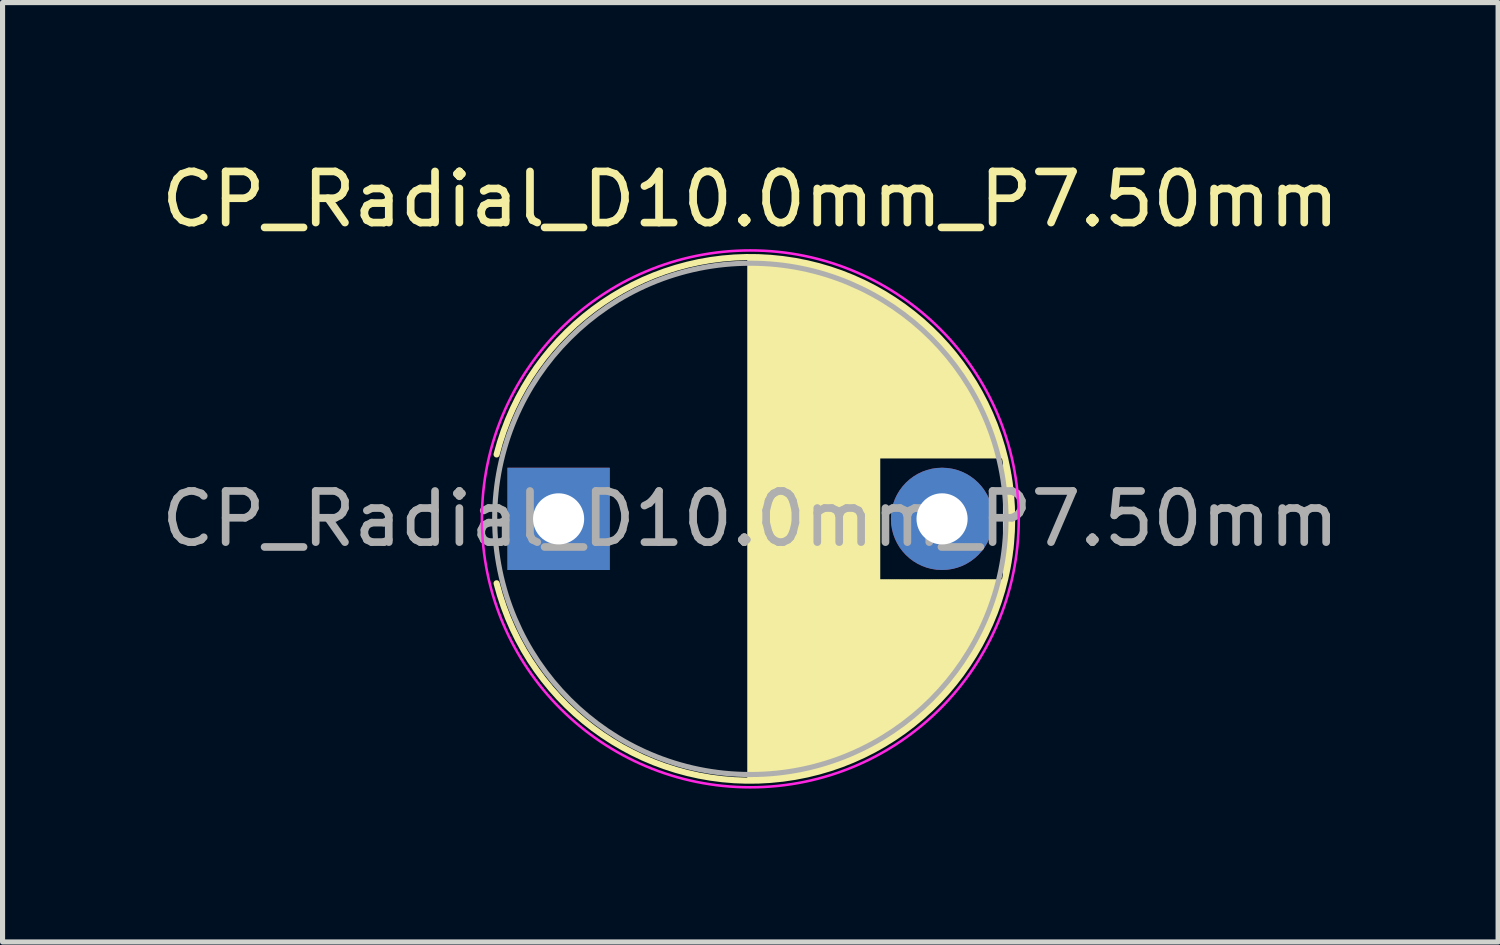
<source format=kicad_pcb>
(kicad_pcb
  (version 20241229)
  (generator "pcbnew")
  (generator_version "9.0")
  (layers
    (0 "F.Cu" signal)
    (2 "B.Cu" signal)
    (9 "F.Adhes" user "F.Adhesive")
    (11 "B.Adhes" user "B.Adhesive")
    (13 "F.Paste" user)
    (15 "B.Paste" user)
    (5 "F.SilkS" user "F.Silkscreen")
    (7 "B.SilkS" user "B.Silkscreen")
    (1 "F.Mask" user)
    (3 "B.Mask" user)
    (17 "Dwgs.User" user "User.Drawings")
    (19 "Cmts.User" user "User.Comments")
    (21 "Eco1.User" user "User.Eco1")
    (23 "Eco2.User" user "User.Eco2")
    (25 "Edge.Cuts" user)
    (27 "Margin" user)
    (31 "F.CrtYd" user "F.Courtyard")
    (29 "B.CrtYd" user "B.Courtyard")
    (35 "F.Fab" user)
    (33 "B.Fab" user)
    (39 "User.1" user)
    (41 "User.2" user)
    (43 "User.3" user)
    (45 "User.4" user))
  (footprint "CP_Radial_D10.0mm_P7.50mm"
    (layer "F.Cu")
    (at 7.875 7.098)
    (property "Reference" "CP_Radial_D10.0mm_P7.50mm" (at 3.75 -6.25 0) (layer "F.SilkS") (effects (font (size 1 1) (thickness 0.15))))
    (attr through_hole)
    (fp_line (start 3.75 -5.08) (end 3.75 5.08) (stroke (width 0.12) (type solid)) (layer "F.SilkS"))
    (fp_line (start 3.79 -5.08) (end 3.79 5.08) (stroke (width 0.12) (type solid)) (layer "F.SilkS"))
    (fp_line (start 3.83 -5.08) (end 3.83 5.08) (stroke (width 0.12) (type solid)) (layer "F.SilkS"))
    (fp_line (start 3.87 -5.079) (end 3.87 5.079) (stroke (width 0.12) (type solid)) (layer "F.SilkS"))
    (fp_line (start 3.91 -5.078) (end 3.91 5.078) (stroke (width 0.12) (type solid)) (layer "F.SilkS"))
    (fp_line (start 3.95 -5.077) (end 3.95 5.077) (stroke (width 0.12) (type solid)) (layer "F.SilkS"))
    (fp_line (start 3.99 -5.075) (end 3.99 5.075) (stroke (width 0.12) (type solid)) (layer "F.SilkS"))
    (fp_line (start 4.03 -5.073) (end 4.03 5.073) (stroke (width 0.12) (type solid)) (layer "F.SilkS"))
    (fp_line (start 4.07 -5.07) (end 4.07 5.07) (stroke (width 0.12) (type solid)) (layer "F.SilkS"))
    (fp_line (start 4.11 -5.068) (end 4.11 5.068) (stroke (width 0.12) (type solid)) (layer "F.SilkS"))
    (fp_line (start 4.15 -5.065) (end 4.15 5.065) (stroke (width 0.12) (type solid)) (layer "F.SilkS"))
    (fp_line (start 4.19 -5.062) (end 4.19 5.062) (stroke (width 0.12) (type solid)) (layer "F.SilkS"))
    (fp_line (start 4.23 -5.058) (end 4.23 5.058) (stroke (width 0.12) (type solid)) (layer "F.SilkS"))
    (fp_line (start 4.27 -5.054) (end 4.27 5.054) (stroke (width 0.12) (type solid)) (layer "F.SilkS"))
    (fp_line (start 4.31 -5.05) (end 4.31 5.05) (stroke (width 0.12) (type solid)) (layer "F.SilkS"))
    (fp_line (start 4.35 -5.045) (end 4.35 5.045) (stroke (width 0.12) (type solid)) (layer "F.SilkS"))
    (fp_line (start 4.39 -5.04) (end 4.39 5.04) (stroke (width 0.12) (type solid)) (layer "F.SilkS"))
    (fp_line (start 4.43 -5.035) (end 4.43 5.035) (stroke (width 0.12) (type solid)) (layer "F.SilkS"))
    (fp_line (start 4.471 -5.03) (end 4.471 5.03) (stroke (width 0.12) (type solid)) (layer "F.SilkS"))
    (fp_line (start 4.511 -5.024) (end 4.511 5.024) (stroke (width 0.12) (type solid)) (layer "F.SilkS"))
    (fp_line (start 4.551 -5.018) (end 4.551 5.018) (stroke (width 0.12) (type solid)) (layer "F.SilkS"))
    (fp_line (start 4.591 -5.011) (end 4.591 5.011) (stroke (width 0.12) (type solid)) (layer "F.SilkS"))
    (fp_line (start 4.631 -5.004) (end 4.631 5.004) (stroke (width 0.12) (type solid)) (layer "F.SilkS"))
    (fp_line (start 4.671 -4.997) (end 4.671 4.997) (stroke (width 0.12) (type solid)) (layer "F.SilkS"))
    (fp_line (start 4.711 -4.99) (end 4.711 4.99) (stroke (width 0.12) (type solid)) (layer "F.SilkS"))
    (fp_line (start 4.751 -4.982) (end 4.751 4.982) (stroke (width 0.12) (type solid)) (layer "F.SilkS"))
    (fp_line (start 4.791 -4.974) (end 4.791 4.974) (stroke (width 0.12) (type solid)) (layer "F.SilkS"))
    (fp_line (start 4.831 -4.965) (end 4.831 4.965) (stroke (width 0.12) (type solid)) (layer "F.SilkS"))
    (fp_line (start 4.871 -4.956) (end 4.871 4.956) (stroke (width 0.12) (type solid)) (layer "F.SilkS"))
    (fp_line (start 4.911 -4.947) (end 4.911 4.947) (stroke (width 0.12) (type solid)) (layer "F.SilkS"))
    (fp_line (start 4.951 -4.938) (end 4.951 4.938) (stroke (width 0.12) (type solid)) (layer "F.SilkS"))
    (fp_line (start 4.991 -4.928) (end 4.991 4.928) (stroke (width 0.12) (type solid)) (layer "F.SilkS"))
    (fp_line (start 5.031 -4.918) (end 5.031 4.918) (stroke (width 0.12) (type solid)) (layer "F.SilkS"))
    (fp_line (start 5.071 -4.907) (end 5.071 4.907) (stroke (width 0.12) (type solid)) (layer "F.SilkS"))
    (fp_line (start 5.111 -4.897) (end 5.111 4.897) (stroke (width 0.12) (type solid)) (layer "F.SilkS"))
    (fp_line (start 5.151 -4.885) (end 5.151 4.885) (stroke (width 0.12) (type solid)) (layer "F.SilkS"))
    (fp_line (start 5.191 -4.874) (end 5.191 4.874) (stroke (width 0.12) (type solid)) (layer "F.SilkS"))
    (fp_line (start 5.231 -4.862) (end 5.231 4.862) (stroke (width 0.12) (type solid)) (layer "F.SilkS"))
    (fp_line (start 5.271 -4.85) (end 5.271 4.85) (stroke (width 0.12) (type solid)) (layer "F.SilkS"))
    (fp_line (start 5.311 -4.837) (end 5.311 4.837) (stroke (width 0.12) (type solid)) (layer "F.SilkS"))
    (fp_line (start 5.351 -4.824) (end 5.351 4.824) (stroke (width 0.12) (type solid)) (layer "F.SilkS"))
    (fp_line (start 5.391 -4.811) (end 5.391 4.811) (stroke (width 0.12) (type solid)) (layer "F.SilkS"))
    (fp_line (start 5.431 -4.797) (end 5.431 4.797) (stroke (width 0.12) (type solid)) (layer "F.SilkS"))
    (fp_line (start 5.471 -4.783) (end 5.471 4.783) (stroke (width 0.12) (type solid)) (layer "F.SilkS"))
    (fp_line (start 5.511 -4.768) (end 5.511 4.768) (stroke (width 0.12) (type solid)) (layer "F.SilkS"))
    (fp_line (start 5.551 -4.754) (end 5.551 4.754) (stroke (width 0.12) (type solid)) (layer "F.SilkS"))
    (fp_line (start 5.591 -4.738) (end 5.591 4.738) (stroke (width 0.12) (type solid)) (layer "F.SilkS"))
    (fp_line (start 5.631 -4.723) (end 5.631 4.723) (stroke (width 0.12) (type solid)) (layer "F.SilkS"))
    (fp_line (start 5.671 -4.707) (end 5.671 4.707) (stroke (width 0.12) (type solid)) (layer "F.SilkS"))
    (fp_line (start 5.711 -4.69) (end 5.711 4.69) (stroke (width 0.12) (type solid)) (layer "F.SilkS"))
    (fp_line (start 5.751 -4.674) (end 5.751 4.674) (stroke (width 0.12) (type solid)) (layer "F.SilkS"))
    (fp_line (start 5.791 -4.657) (end 5.791 4.657) (stroke (width 0.12) (type solid)) (layer "F.SilkS"))
    (fp_line (start 5.831 -4.639) (end 5.831 4.639) (stroke (width 0.12) (type solid)) (layer "F.SilkS"))
    (fp_line (start 5.871 -4.621) (end 5.871 4.621) (stroke (width 0.12) (type solid)) (layer "F.SilkS"))
    (fp_line (start 5.911 -4.603) (end 5.911 4.603) (stroke (width 0.12) (type solid)) (layer "F.SilkS"))
    (fp_line (start 5.951 -4.584) (end 5.951 4.584) (stroke (width 0.12) (type solid)) (layer "F.SilkS"))
    (fp_line (start 5.991 -4.564) (end 5.991 4.564) (stroke (width 0.12) (type solid)) (layer "F.SilkS"))
    (fp_line (start 6.031 -4.545) (end 6.031 4.545) (stroke (width 0.12) (type solid)) (layer "F.SilkS"))
    (fp_line (start 6.071 -4.525) (end 6.071 4.525) (stroke (width 0.12) (type solid)) (layer "F.SilkS"))
    (fp_line (start 6.111 -4.504) (end 6.111 4.504) (stroke (width 0.12) (type solid)) (layer "F.SilkS"))
    (fp_line (start 6.151 -4.483) (end 6.151 4.483) (stroke (width 0.12) (type solid)) (layer "F.SilkS"))
    (fp_line (start 6.191 -4.462) (end 6.191 4.462) (stroke (width 0.12) (type solid)) (layer "F.SilkS"))
    (fp_line (start 6.231 -4.44) (end 6.231 4.44) (stroke (width 0.12) (type solid)) (layer "F.SilkS"))
    (fp_line (start 6.271 -4.417) (end 6.271 -1.241) (stroke (width 0.12) (type solid)) (layer "F.SilkS"))
    (fp_line (start 6.271 1.241) (end 6.271 4.417) (stroke (width 0.12) (type solid)) (layer "F.SilkS"))
    (fp_line (start 6.311 -4.395) (end 6.311 -1.241) (stroke (width 0.12) (type solid)) (layer "F.SilkS"))
    (fp_line (start 6.311 1.241) (end 6.311 4.395) (stroke (width 0.12) (type solid)) (layer "F.SilkS"))
    (fp_line (start 6.351 -4.371) (end 6.351 -1.241) (stroke (width 0.12) (type solid)) (layer "F.SilkS"))
    (fp_line (start 6.351 1.241) (end 6.351 4.371) (stroke (width 0.12) (type solid)) (layer "F.SilkS"))
    (fp_line (start 6.391 -4.347) (end 6.391 -1.241) (stroke (width 0.12) (type solid)) (layer "F.SilkS"))
    (fp_line (start 6.391 1.241) (end 6.391 4.347) (stroke (width 0.12) (type solid)) (layer "F.SilkS"))
    (fp_line (start 6.431 -4.323) (end 6.431 -1.241) (stroke (width 0.12) (type solid)) (layer "F.SilkS"))
    (fp_line (start 6.431 1.241) (end 6.431 4.323) (stroke (width 0.12) (type solid)) (layer "F.SilkS"))
    (fp_line (start 6.471 -4.298) (end 6.471 -1.241) (stroke (width 0.12) (type solid)) (layer "F.SilkS"))
    (fp_line (start 6.471 1.241) (end 6.471 4.298) (stroke (width 0.12) (type solid)) (layer "F.SilkS"))
    (fp_line (start 6.511 -4.273) (end 6.511 -1.241) (stroke (width 0.12) (type solid)) (layer "F.SilkS"))
    (fp_line (start 6.511 1.241) (end 6.511 4.273) (stroke (width 0.12) (type solid)) (layer "F.SilkS"))
    (fp_line (start 6.551 -4.247) (end 6.551 -1.241) (stroke (width 0.12) (type solid)) (layer "F.SilkS"))
    (fp_line (start 6.551 1.241) (end 6.551 4.247) (stroke (width 0.12) (type solid)) (layer "F.SilkS"))
    (fp_line (start 6.591 -4.221) (end 6.591 -1.241) (stroke (width 0.12) (type solid)) (layer "F.SilkS"))
    (fp_line (start 6.591 1.241) (end 6.591 4.221) (stroke (width 0.12) (type solid)) (layer "F.SilkS"))
    (fp_line (start 6.631 -4.194) (end 6.631 -1.241) (stroke (width 0.12) (type solid)) (layer "F.SilkS"))
    (fp_line (start 6.631 1.241) (end 6.631 4.194) (stroke (width 0.12) (type solid)) (layer "F.SilkS"))
    (fp_line (start 6.671 -4.166) (end 6.671 -1.241) (stroke (width 0.12) (type solid)) (layer "F.SilkS"))
    (fp_line (start 6.671 1.241) (end 6.671 4.166) (stroke (width 0.12) (type solid)) (layer "F.SilkS"))
    (fp_line (start 6.711 -4.138) (end 6.711 -1.241) (stroke (width 0.12) (type solid)) (layer "F.SilkS"))
    (fp_line (start 6.711 1.241) (end 6.711 4.138) (stroke (width 0.12) (type solid)) (layer "F.SilkS"))
    (fp_line (start 6.751 -4.11) (end 6.751 -1.241) (stroke (width 0.12) (type solid)) (layer "F.SilkS"))
    (fp_line (start 6.751 1.241) (end 6.751 4.11) (stroke (width 0.12) (type solid)) (layer "F.SilkS"))
    (fp_line (start 6.791 -4.08) (end 6.791 -1.241) (stroke (width 0.12) (type solid)) (layer "F.SilkS"))
    (fp_line (start 6.791 1.241) (end 6.791 4.08) (stroke (width 0.12) (type solid)) (layer "F.SilkS"))
    (fp_line (start 6.831 -4.05) (end 6.831 -1.241) (stroke (width 0.12) (type solid)) (layer "F.SilkS"))
    (fp_line (start 6.831 1.241) (end 6.831 4.05) (stroke (width 0.12) (type solid)) (layer "F.SilkS"))
    (fp_line (start 6.871 -4.02) (end 6.871 -1.241) (stroke (width 0.12) (type solid)) (layer "F.SilkS"))
    (fp_line (start 6.871 1.241) (end 6.871 4.02) (stroke (width 0.12) (type solid)) (layer "F.SilkS"))
    (fp_line (start 6.911 -3.989) (end 6.911 -1.241) (stroke (width 0.12) (type solid)) (layer "F.SilkS"))
    (fp_line (start 6.911 1.241) (end 6.911 3.989) (stroke (width 0.12) (type solid)) (layer "F.SilkS"))
    (fp_line (start 6.951 -3.957) (end 6.951 -1.241) (stroke (width 0.12) (type solid)) (layer "F.SilkS"))
    (fp_line (start 6.951 1.241) (end 6.951 3.957) (stroke (width 0.12) (type solid)) (layer "F.SilkS"))
    (fp_line (start 6.991 -3.925) (end 6.991 -1.241) (stroke (width 0.12) (type solid)) (layer "F.SilkS"))
    (fp_line (start 6.991 1.241) (end 6.991 3.925) (stroke (width 0.12) (type solid)) (layer "F.SilkS"))
    (fp_line (start 7.031 -3.892) (end 7.031 -1.241) (stroke (width 0.12) (type solid)) (layer "F.SilkS"))
    (fp_line (start 7.031 1.241) (end 7.031 3.892) (stroke (width 0.12) (type solid)) (layer "F.SilkS"))
    (fp_line (start 7.071 -3.858) (end 7.071 -1.241) (stroke (width 0.12) (type solid)) (layer "F.SilkS"))
    (fp_line (start 7.071 1.241) (end 7.071 3.858) (stroke (width 0.12) (type solid)) (layer "F.SilkS"))
    (fp_line (start 7.111 -3.824) (end 7.111 -1.241) (stroke (width 0.12) (type solid)) (layer "F.SilkS"))
    (fp_line (start 7.111 1.241) (end 7.111 3.824) (stroke (width 0.12) (type solid)) (layer "F.SilkS"))
    (fp_line (start 7.151 -3.789) (end 7.151 -1.241) (stroke (width 0.12) (type solid)) (layer "F.SilkS"))
    (fp_line (start 7.151 1.241) (end 7.151 3.789) (stroke (width 0.12) (type solid)) (layer "F.SilkS"))
    (fp_line (start 7.191 -3.753) (end 7.191 -1.241) (stroke (width 0.12) (type solid)) (layer "F.SilkS"))
    (fp_line (start 7.191 1.241) (end 7.191 3.753) (stroke (width 0.12) (type solid)) (layer "F.SilkS"))
    (fp_line (start 7.231 -3.716) (end 7.231 -1.241) (stroke (width 0.12) (type solid)) (layer "F.SilkS"))
    (fp_line (start 7.231 1.241) (end 7.231 3.716) (stroke (width 0.12) (type solid)) (layer "F.SilkS"))
    (fp_line (start 7.271 -3.679) (end 7.271 -1.241) (stroke (width 0.12) (type solid)) (layer "F.SilkS"))
    (fp_line (start 7.271 1.241) (end 7.271 3.679) (stroke (width 0.12) (type solid)) (layer "F.SilkS"))
    (fp_line (start 7.311 -3.64) (end 7.311 -1.241) (stroke (width 0.12) (type solid)) (layer "F.SilkS"))
    (fp_line (start 7.311 1.241) (end 7.311 3.64) (stroke (width 0.12) (type solid)) (layer "F.SilkS"))
    (fp_line (start 7.351 -3.601) (end 7.351 -1.241) (stroke (width 0.12) (type solid)) (layer "F.SilkS"))
    (fp_line (start 7.351 1.241) (end 7.351 3.601) (stroke (width 0.12) (type solid)) (layer "F.SilkS"))
    (fp_line (start 7.391 -3.561) (end 7.391 -1.241) (stroke (width 0.12) (type solid)) (layer "F.SilkS"))
    (fp_line (start 7.391 1.241) (end 7.391 3.561) (stroke (width 0.12) (type solid)) (layer "F.SilkS"))
    (fp_line (start 7.431 -3.52) (end 7.431 -1.241) (stroke (width 0.12) (type solid)) (layer "F.SilkS"))
    (fp_line (start 7.431 1.241) (end 7.431 3.52) (stroke (width 0.12) (type solid)) (layer "F.SilkS"))
    (fp_line (start 7.471 -3.478) (end 7.471 -1.241) (stroke (width 0.12) (type solid)) (layer "F.SilkS"))
    (fp_line (start 7.471 1.241) (end 7.471 3.478) (stroke (width 0.12) (type solid)) (layer "F.SilkS"))
    (fp_line (start 7.511 -3.436) (end 7.511 -1.241) (stroke (width 0.12) (type solid)) (layer "F.SilkS"))
    (fp_line (start 7.511 1.241) (end 7.511 3.436) (stroke (width 0.12) (type solid)) (layer "F.SilkS"))
    (fp_line (start 7.551 -3.392) (end 7.551 -1.241) (stroke (width 0.12) (type solid)) (layer "F.SilkS"))
    (fp_line (start 7.551 1.241) (end 7.551 3.392) (stroke (width 0.12) (type solid)) (layer "F.SilkS"))
    (fp_line (start 7.591 -3.347) (end 7.591 -1.241) (stroke (width 0.12) (type solid)) (layer "F.SilkS"))
    (fp_line (start 7.591 1.241) (end 7.591 3.347) (stroke (width 0.12) (type solid)) (layer "F.SilkS"))
    (fp_line (start 7.631 -3.301) (end 7.631 -1.241) (stroke (width 0.12) (type solid)) (layer "F.SilkS"))
    (fp_line (start 7.631 1.241) (end 7.631 3.301) (stroke (width 0.12) (type solid)) (layer "F.SilkS"))
    (fp_line (start 7.671 -3.254) (end 7.671 -1.241) (stroke (width 0.12) (type solid)) (layer "F.SilkS"))
    (fp_line (start 7.671 1.241) (end 7.671 3.254) (stroke (width 0.12) (type solid)) (layer "F.SilkS"))
    (fp_line (start 7.711 -3.206) (end 7.711 -1.241) (stroke (width 0.12) (type solid)) (layer "F.SilkS"))
    (fp_line (start 7.711 1.241) (end 7.711 3.206) (stroke (width 0.12) (type solid)) (layer "F.SilkS"))
    (fp_line (start 7.751 -3.156) (end 7.751 -1.241) (stroke (width 0.12) (type solid)) (layer "F.SilkS"))
    (fp_line (start 7.751 1.241) (end 7.751 3.156) (stroke (width 0.12) (type solid)) (layer "F.SilkS"))
    (fp_line (start 7.791 -3.106) (end 7.791 -1.241) (stroke (width 0.12) (type solid)) (layer "F.SilkS"))
    (fp_line (start 7.791 1.241) (end 7.791 3.106) (stroke (width 0.12) (type solid)) (layer "F.SilkS"))
    (fp_line (start 7.831 -3.054) (end 7.831 -1.241) (stroke (width 0.12) (type solid)) (layer "F.SilkS"))
    (fp_line (start 7.831 1.241) (end 7.831 3.054) (stroke (width 0.12) (type solid)) (layer "F.SilkS"))
    (fp_line (start 7.871 -3) (end 7.871 -1.241) (stroke (width 0.12) (type solid)) (layer "F.SilkS"))
    (fp_line (start 7.871 1.241) (end 7.871 3) (stroke (width 0.12) (type solid)) (layer "F.SilkS"))
    (fp_line (start 7.911 -2.945) (end 7.911 -1.241) (stroke (width 0.12) (type solid)) (layer "F.SilkS"))
    (fp_line (start 7.911 1.241) (end 7.911 2.945) (stroke (width 0.12) (type solid)) (layer "F.SilkS"))
    (fp_line (start 7.951 -2.889) (end 7.951 -1.241) (stroke (width 0.12) (type solid)) (layer "F.SilkS"))
    (fp_line (start 7.951 1.241) (end 7.951 2.889) (stroke (width 0.12) (type solid)) (layer "F.SilkS"))
    (fp_line (start 7.991 -2.83) (end 7.991 -1.241) (stroke (width 0.12) (type solid)) (layer "F.SilkS"))
    (fp_line (start 7.991 1.241) (end 7.991 2.83) (stroke (width 0.12) (type solid)) (layer "F.SilkS"))
    (fp_line (start 8.031 -2.77) (end 8.031 -1.241) (stroke (width 0.12) (type solid)) (layer "F.SilkS"))
    (fp_line (start 8.031 1.241) (end 8.031 2.77) (stroke (width 0.12) (type solid)) (layer "F.SilkS"))
    (fp_line (start 8.071 -2.709) (end 8.071 -1.241) (stroke (width 0.12) (type solid)) (layer "F.SilkS"))
    (fp_line (start 8.071 1.241) (end 8.071 2.709) (stroke (width 0.12) (type solid)) (layer "F.SilkS"))
    (fp_line (start 8.111 -2.645) (end 8.111 -1.241) (stroke (width 0.12) (type solid)) (layer "F.SilkS"))
    (fp_line (start 8.111 1.241) (end 8.111 2.645) (stroke (width 0.12) (type solid)) (layer "F.SilkS"))
    (fp_line (start 8.151 -2.579) (end 8.151 -1.241) (stroke (width 0.12) (type solid)) (layer "F.SilkS"))
    (fp_line (start 8.151 1.241) (end 8.151 2.579) (stroke (width 0.12) (type solid)) (layer "F.SilkS"))
    (fp_line (start 8.191 -2.51) (end 8.191 -1.241) (stroke (width 0.12) (type solid)) (layer "F.SilkS"))
    (fp_line (start 8.191 1.241) (end 8.191 2.51) (stroke (width 0.12) (type solid)) (layer "F.SilkS"))
    (fp_line (start 8.231 -2.439) (end 8.231 -1.241) (stroke (width 0.12) (type solid)) (layer "F.SilkS"))
    (fp_line (start 8.231 1.241) (end 8.231 2.439) (stroke (width 0.12) (type solid)) (layer "F.SilkS"))
    (fp_line (start 8.271 -2.365) (end 8.271 -1.241) (stroke (width 0.12) (type solid)) (layer "F.SilkS"))
    (fp_line (start 8.271 1.241) (end 8.271 2.365) (stroke (width 0.12) (type solid)) (layer "F.SilkS"))
    (fp_line (start 8.311 -2.289) (end 8.311 -1.241) (stroke (width 0.12) (type solid)) (layer "F.SilkS"))
    (fp_line (start 8.311 1.241) (end 8.311 2.289) (stroke (width 0.12) (type solid)) (layer "F.SilkS"))
    (fp_line (start 8.351 -2.209) (end 8.351 -1.241) (stroke (width 0.12) (type solid)) (layer "F.SilkS"))
    (fp_line (start 8.351 1.241) (end 8.351 2.209) (stroke (width 0.12) (type solid)) (layer "F.SilkS"))
    (fp_line (start 8.391 -2.125) (end 8.391 -1.241) (stroke (width 0.12) (type solid)) (layer "F.SilkS"))
    (fp_line (start 8.391 1.241) (end 8.391 2.125) (stroke (width 0.12) (type solid)) (layer "F.SilkS"))
    (fp_line (start 8.431 -2.037) (end 8.431 -1.241) (stroke (width 0.12) (type solid)) (layer "F.SilkS"))
    (fp_line (start 8.431 1.241) (end 8.431 2.037) (stroke (width 0.12) (type solid)) (layer "F.SilkS"))
    (fp_line (start 8.471 -1.944) (end 8.471 -1.241) (stroke (width 0.12) (type solid)) (layer "F.SilkS"))
    (fp_line (start 8.471 1.241) (end 8.471 1.944) (stroke (width 0.12) (type solid)) (layer "F.SilkS"))
    (fp_line (start 8.511 -1.846) (end 8.511 -1.241) (stroke (width 0.12) (type solid)) (layer "F.SilkS"))
    (fp_line (start 8.511 1.241) (end 8.511 1.846) (stroke (width 0.12) (type solid)) (layer "F.SilkS"))
    (fp_line (start 8.551 -1.742) (end 8.551 -1.241) (stroke (width 0.12) (type solid)) (layer "F.SilkS"))
    (fp_line (start 8.551 1.241) (end 8.551 1.742) (stroke (width 0.12) (type solid)) (layer "F.SilkS"))
    (fp_line (start 8.591 -1.63) (end 8.591 -1.241) (stroke (width 0.12) (type solid)) (layer "F.SilkS"))
    (fp_line (start 8.591 1.241) (end 8.591 1.63) (stroke (width 0.12) (type solid)) (layer "F.SilkS"))
    (fp_line (start 8.631 -1.51) (end 8.631 -1.241) (stroke (width 0.12) (type solid)) (layer "F.SilkS"))
    (fp_line (start 8.631 1.241) (end 8.631 1.51) (stroke (width 0.12) (type solid)) (layer "F.SilkS"))
    (fp_line (start 8.671 -1.378) (end 8.671 -1.241) (stroke (width 0.12) (type solid)) (layer "F.SilkS"))
    (fp_line (start 8.671 1.241) (end 8.671 1.378) (stroke (width 0.12) (type solid)) (layer "F.SilkS"))
    (fp_line (start 8.751 -1.062) (end 8.751 1.062) (stroke (width 0.12) (type solid)) (layer "F.SilkS"))
    (fp_line (start 8.791 -0.862) (end 8.791 0.862) (stroke (width 0.12) (type solid)) (layer "F.SilkS"))
    (fp_line (start 8.831 -0.599) (end 8.831 0.599) (stroke (width 0.12) (type solid)) (layer "F.SilkS"))
    (fp_arc (start -1.21254 -1.26) (mid 8.87 0) (end -1.21254 1.26) (stroke (width 0.12) (type solid)) (layer "F.SilkS"))
    (fp_circle (center 3.75 0) (end 9 0) (stroke (width 0.05) (type solid)) (fill no) (layer "F.CrtYd"))
    (fp_circle (center 3.75 0) (end 8.75 0) (stroke (width 0.1) (type solid)) (fill no) (layer "F.Fab"))
    (fp_text user "${REFERENCE}" (at 3.75 0 0) (layer "F.Fab") (effects (font (size 1 1) (thickness 0.15))))
    (pad "1" thru_hole rect (at 0 0) (size 2 2) (drill 1) (layers "*.Cu" "*.Mask"))
    (pad "2" thru_hole circle (at 7.5 0) (size 2 2) (drill 1) (layers "*.Cu" "*.Mask")))
  (gr_rect
    (start -3 -3)
    (end 26.25 15.373)
    (stroke (width 0.1) (type default))
    (fill no)
    (layer "Edge.Cuts")))
</source>
